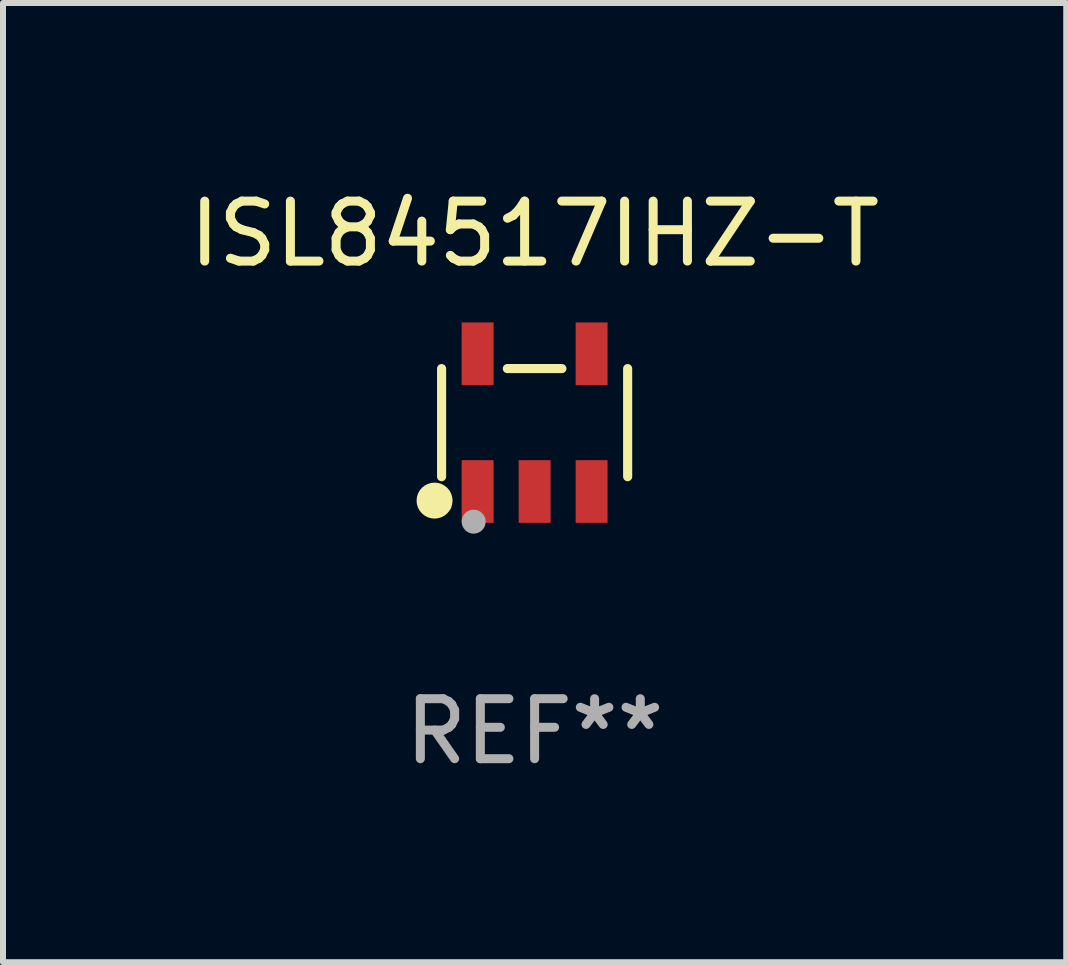
<source format=kicad_pcb>
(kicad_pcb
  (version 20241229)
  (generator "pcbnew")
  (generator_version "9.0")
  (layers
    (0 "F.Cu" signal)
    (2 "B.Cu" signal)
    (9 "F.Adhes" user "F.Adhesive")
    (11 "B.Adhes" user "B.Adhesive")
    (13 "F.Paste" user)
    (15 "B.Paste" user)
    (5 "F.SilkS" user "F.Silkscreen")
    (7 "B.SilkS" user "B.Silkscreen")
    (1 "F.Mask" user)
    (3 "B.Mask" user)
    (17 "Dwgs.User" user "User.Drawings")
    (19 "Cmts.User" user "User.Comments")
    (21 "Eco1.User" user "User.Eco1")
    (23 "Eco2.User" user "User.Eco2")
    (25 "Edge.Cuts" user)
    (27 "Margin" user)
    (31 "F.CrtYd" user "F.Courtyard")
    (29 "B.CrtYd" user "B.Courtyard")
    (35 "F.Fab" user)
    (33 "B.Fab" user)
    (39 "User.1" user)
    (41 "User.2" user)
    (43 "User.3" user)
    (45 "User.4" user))
  (footprint "ISL84517IHZ-T"
    (layer "F.Cu")
    (at 5.863 3.996)
    (property "Reference" "ISL84517IHZ-T" (at 0 -3.148 0) (layer "F.SilkS") (effects (font (size 1 1) (thickness 0.15))))
    (attr through_hole)
    (fp_line (start -1.551 0.901) (end -1.551 -0.901) (stroke (width 0.152) (type solid)) (layer "F.SilkS"))
    (fp_line (start 0.455 -0.901) (end -0.455 -0.901) (stroke (width 0.152) (type solid)) (layer "F.SilkS"))
    (fp_line (start 1.551 0.901) (end 1.551 -0.901) (stroke (width 0.152) (type solid)) (layer "F.SilkS"))
    (fp_circle (center -1.668 1.3) (end -1.518 1.3) (stroke (width 0.3) (type solid)) (fill no) (layer "F.SilkS"))
    (fp_circle (center -1.45 1.4) (end -1.42 1.4) (stroke (width 0.06) (type solid)) (fill no) (layer "F.SilkS"))
    (fp_circle (center -1.016 1.651) (end -0.916 1.651) (stroke (width 0.2) (type solid)) (fill no) (layer "F.Fab"))
    (fp_text user "REF**" (at 0 5.148 0) (layer "F.Fab") (effects (font (size 1 1) (thickness 0.15))))
    (pad "1" smd rect (at -0.95 1.148) (size 0.532 1.045) (layers "F.Cu" "F.Mask" "F.Paste"))
    (pad "2" smd rect (at 0 1.148) (size 0.532 1.045) (layers "F.Cu" "F.Mask" "F.Paste"))
    (pad "3" smd rect (at 0.95 1.148) (size 0.532 1.045) (layers "F.Cu" "F.Mask" "F.Paste"))
    (pad "4" smd rect (at 0.95 -1.148) (size 0.532 1.045) (layers "F.Cu" "F.Mask" "F.Paste"))
    (pad "5" smd rect (at -0.95 -1.148) (size 0.532 1.045) (layers "F.Cu" "F.Mask" "F.Paste")))
  (gr_rect
    (start -3 -3)
    (end 14.726 12.992)
    (stroke (width 0.1) (type default))
    (fill no)
    (layer "Edge.Cuts")))
</source>
